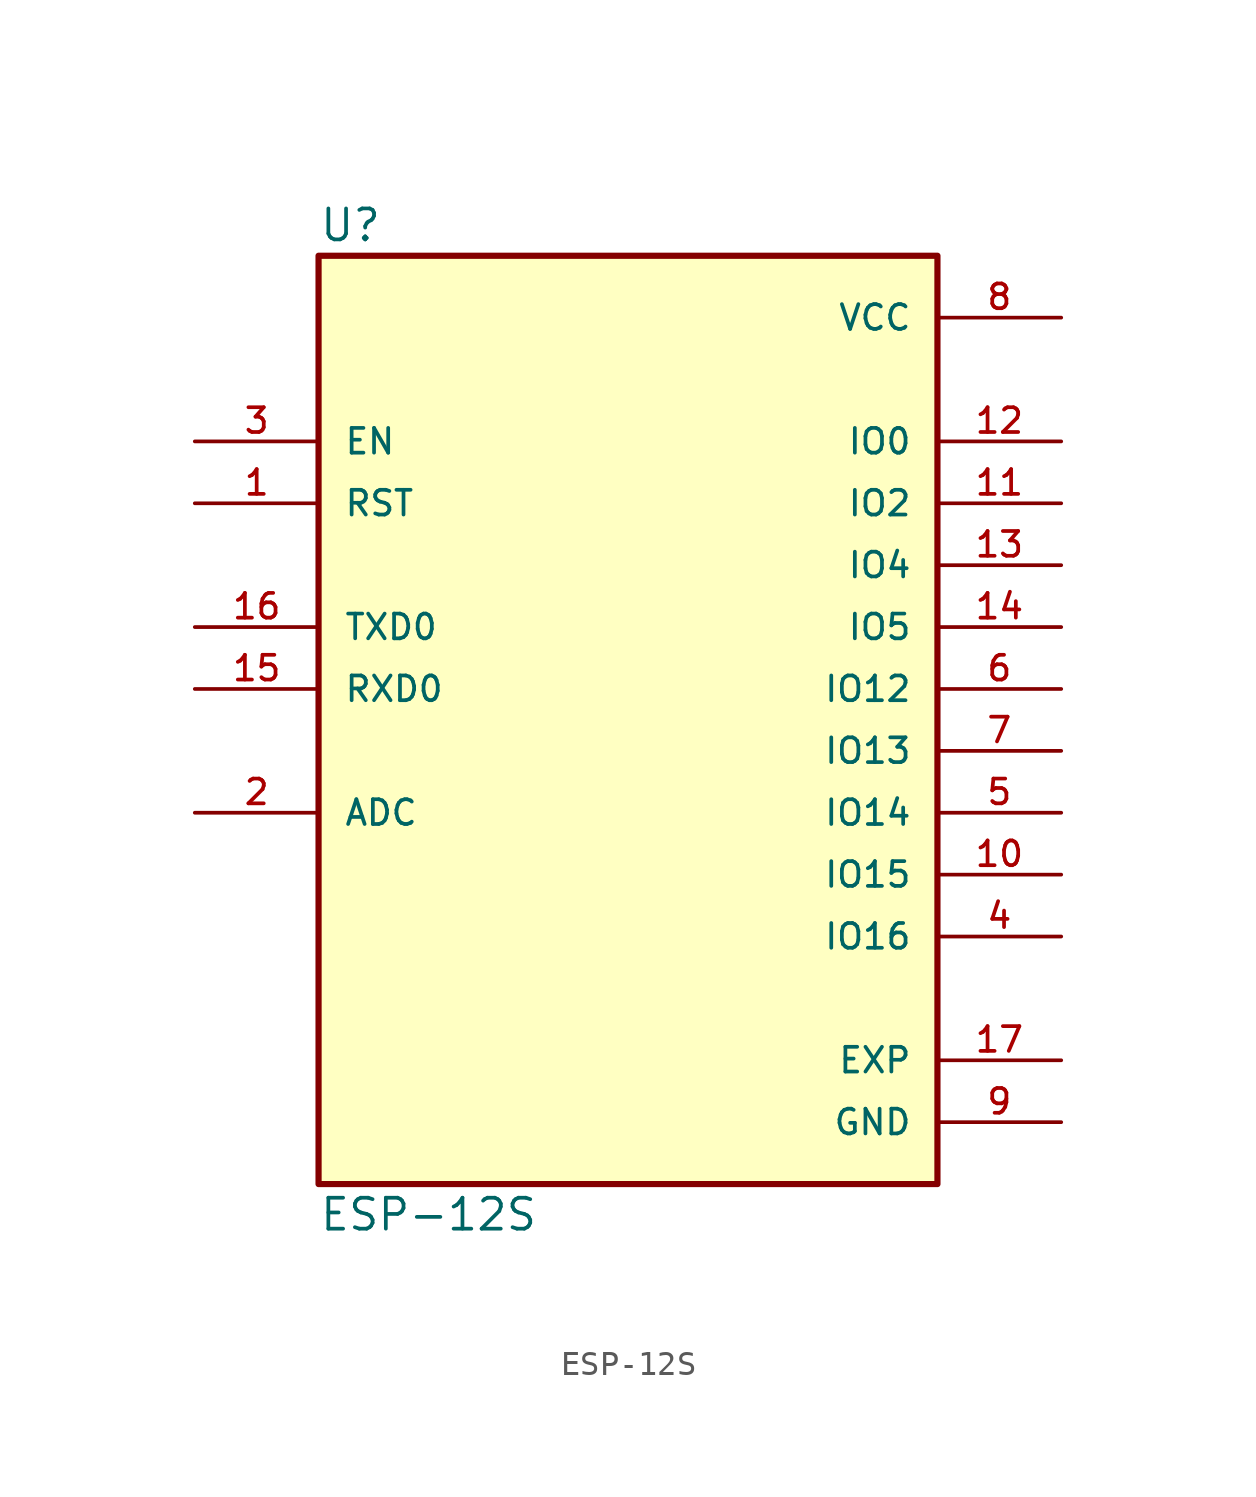
<source format=kicad_sym>
(kicad_symbol_lib
  (version 20211014)
  (generator kicad_symbol_editor)
  (symbol "ESP-12S"
    (pin_names
      (offset 1.016))
    (property "Reference" "U"
      (at -12.7 18.288 0)
      (effects (font (size 1.27 1.27)) (justify bottom left)))
    (property "Value" "ESP-12S"
      (at -12.7 -20.828 0)
      (effects (font (size 1.27 1.27)) (justify top left)))
    (symbol "ESP-12S_0_0"
      (rectangle (start -12.7 -20.32) (end 12.7 17.78) (stroke (width 0.254)) (fill (type background)))
      (pin input line (at -17.78 7.62 0) (length 5.08) (name "RST" (effects (font (size 1.016 1.016)))) (number "1" (effects (font (size 1.016 1.016)))))
      (pin bidirectional line (at -17.78 -5.08 0) (length 5.08) (name "ADC" (effects (font (size 1.016 1.016)))) (number "2" (effects (font (size 1.016 1.016)))))
      (pin input line (at -17.78 10.16 0) (length 5.08) (name "EN" (effects (font (size 1.016 1.016)))) (number "3" (effects (font (size 1.016 1.016)))))
      (pin bidirectional line (at 17.78 -10.16 180.0) (length 5.08) (name "IO16" (effects (font (size 1.016 1.016)))) (number "4" (effects (font (size 1.016 1.016)))))
      (pin bidirectional line (at 17.78 -5.08 180.0) (length 5.08) (name "IO14" (effects (font (size 1.016 1.016)))) (number "5" (effects (font (size 1.016 1.016)))))
      (pin bidirectional line (at 17.78 0.0 180.0) (length 5.08) (name "IO12" (effects (font (size 1.016 1.016)))) (number "6" (effects (font (size 1.016 1.016)))))
      (pin bidirectional line (at 17.78 -2.54 180.0) (length 5.08) (name "IO13" (effects (font (size 1.016 1.016)))) (number "7" (effects (font (size 1.016 1.016)))))
      (pin power_in line (at 17.78 15.24 180.0) (length 5.08) (name "VCC" (effects (font (size 1.016 1.016)))) (number "8" (effects (font (size 1.016 1.016)))))
      (pin power_in line (at 17.78 -17.78 180.0) (length 5.08) (name "GND" (effects (font (size 1.016 1.016)))) (number "9" (effects (font (size 1.016 1.016)))))
      (pin bidirectional line (at 17.78 -7.62 180.0) (length 5.08) (name "IO15" (effects (font (size 1.016 1.016)))) (number "10" (effects (font (size 1.016 1.016)))))
      (pin bidirectional line (at 17.78 7.62 180.0) (length 5.08) (name "IO2" (effects (font (size 1.016 1.016)))) (number "11" (effects (font (size 1.016 1.016)))))
      (pin bidirectional line (at 17.78 10.16 180.0) (length 5.08) (name "IO0" (effects (font (size 1.016 1.016)))) (number "12" (effects (font (size 1.016 1.016)))))
      (pin bidirectional line (at 17.78 5.08 180.0) (length 5.08) (name "IO4" (effects (font (size 1.016 1.016)))) (number "13" (effects (font (size 1.016 1.016)))))
      (pin bidirectional line (at 17.78 2.54 180.0) (length 5.08) (name "IO5" (effects (font (size 1.016 1.016)))) (number "14" (effects (font (size 1.016 1.016)))))
      (pin bidirectional line (at -17.78 0.0 0) (length 5.08) (name "RXD0" (effects (font (size 1.016 1.016)))) (number "15" (effects (font (size 1.016 1.016)))))
      (pin bidirectional line (at -17.78 2.54 0) (length 5.08) (name "TXD0" (effects (font (size 1.016 1.016)))) (number "16" (effects (font (size 1.016 1.016)))))
      (pin power_in line (at 17.78 -15.24 180.0) (length 5.08) (name "EXP" (effects (font (size 1.016 1.016)))) (number "17" (effects (font (size 1.016 1.016))))))))
</source>
